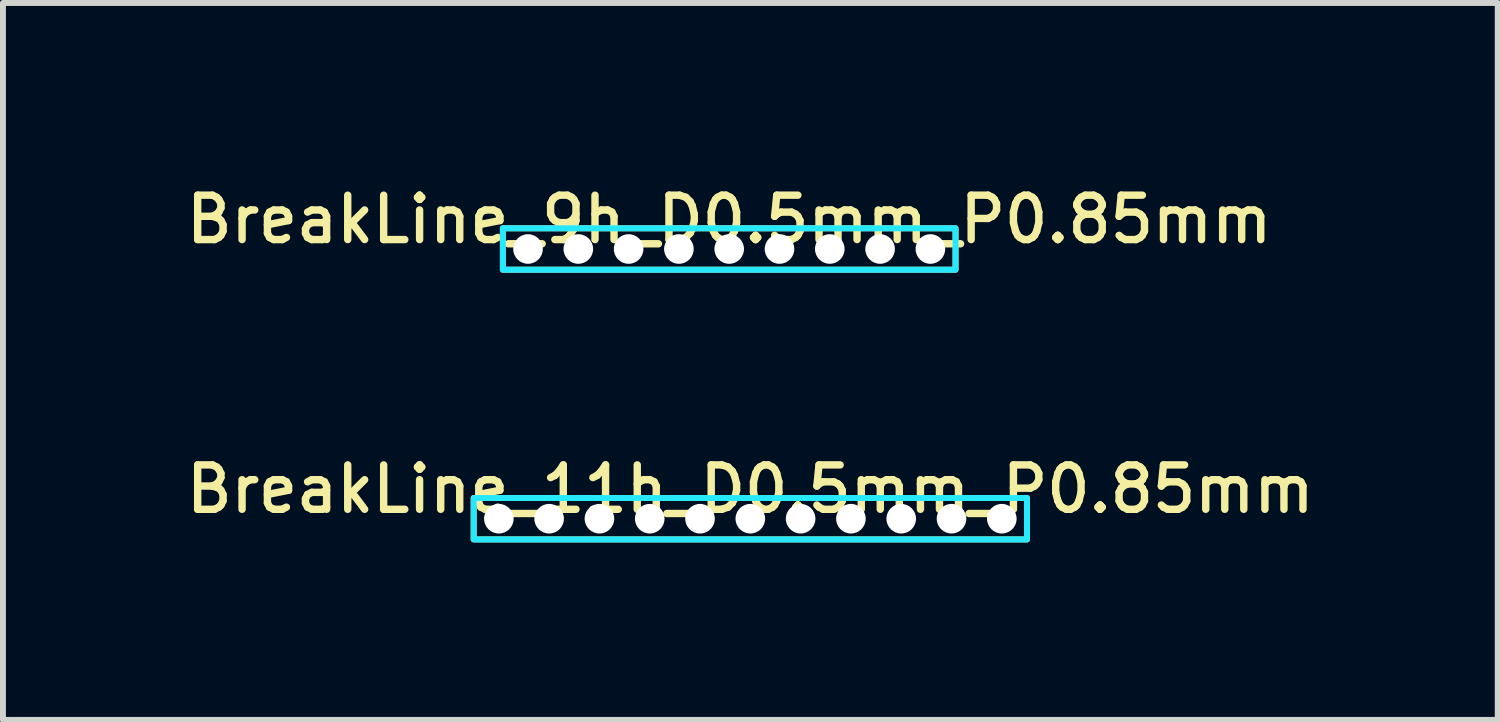
<source format=kicad_pcb>
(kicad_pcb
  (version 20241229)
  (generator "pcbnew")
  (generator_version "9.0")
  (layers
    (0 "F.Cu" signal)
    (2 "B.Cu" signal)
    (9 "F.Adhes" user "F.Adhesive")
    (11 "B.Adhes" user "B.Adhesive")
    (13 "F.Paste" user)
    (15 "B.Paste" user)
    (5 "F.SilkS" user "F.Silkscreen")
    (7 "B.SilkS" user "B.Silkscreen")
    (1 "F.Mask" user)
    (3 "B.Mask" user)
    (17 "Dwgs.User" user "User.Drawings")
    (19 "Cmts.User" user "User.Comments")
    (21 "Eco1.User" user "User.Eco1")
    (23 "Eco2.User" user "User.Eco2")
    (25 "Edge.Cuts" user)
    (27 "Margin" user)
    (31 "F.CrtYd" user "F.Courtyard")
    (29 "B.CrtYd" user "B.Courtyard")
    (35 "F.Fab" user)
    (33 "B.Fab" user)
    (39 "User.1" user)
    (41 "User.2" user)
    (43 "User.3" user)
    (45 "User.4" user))
  (footprint "BreakLine_11h_D0.5mm_P0.85mm"
    (layer "F.Cu")
    (at 9.63 5.716)
    (property "Reference" "BreakLine_11h_D0.5mm_P0.85mm" (at 0 -0.5 0) (layer "F.SilkS") (effects (font (size 0.75 0.75) (thickness 0.125))))
    (attr board_only exclude_from_pos_files exclude_from_bom dnp)
    (fp_rect (start -4.675 -0.35) (end 4.675 0.35) (stroke (width 0.1) (type solid)) (fill no) (layer "F.SilkS"))
    (fp_rect (start -4.675 -0.35) (end 4.675 0.35) (stroke (width 0.1) (type solid)) (fill no) (layer "B.CrtYd"))
    (pad "" np_thru_hole circle (at -4.25 0) (size 0.5 0.5) (drill 0.5) (layers "*.Cu" "*.Mask"))
    (pad "" np_thru_hole circle (at -3.4 0) (size 0.5 0.5) (drill 0.5) (layers "*.Cu" "*.Mask"))
    (pad "" np_thru_hole circle (at -2.55 0) (size 0.5 0.5) (drill 0.5) (layers "*.Cu" "*.Mask"))
    (pad "" np_thru_hole circle (at -1.7 0) (size 0.5 0.5) (drill 0.5) (layers "*.Cu" "*.Mask"))
    (pad "" np_thru_hole circle (at -0.85 0) (size 0.5 0.5) (drill 0.5) (layers "*.Cu" "*.Mask"))
    (pad "" np_thru_hole circle (at 0 0) (size 0.5 0.5) (drill 0.5) (layers "*.Cu" "*.Mask"))
    (pad "" np_thru_hole circle (at 0.85 0) (size 0.5 0.5) (drill 0.5) (layers "*.Cu" "*.Mask"))
    (pad "" np_thru_hole circle (at 1.7 0) (size 0.5 0.5) (drill 0.5) (layers "*.Cu" "*.Mask"))
    (pad "" np_thru_hole circle (at 2.55 0) (size 0.5 0.5) (drill 0.5) (layers "*.Cu" "*.Mask"))
    (pad "" np_thru_hole circle (at 3.4 0) (size 0.5 0.5) (drill 0.5) (layers "*.Cu" "*.Mask"))
    (pad "" np_thru_hole circle (at 4.25 0) (size 0.5 0.5) (drill 0.5) (layers "*.Cu" "*.Mask")))
  (footprint "BreakLine_9h_D0.5mm_P0.85mm"
    (layer "F.Cu")
    (at 9.273 1.158)
    (property "Reference" "BreakLine_9h_D0.5mm_P0.85mm" (at 0 -0.5 0) (layer "F.SilkS") (effects (font (size 0.75 0.75) (thickness 0.125))))
    (attr board_only exclude_from_pos_files exclude_from_bom dnp)
    (fp_rect (start -3.825 -0.35) (end 3.825 0.35) (stroke (width 0.1) (type solid)) (fill no) (layer "F.SilkS"))
    (fp_rect (start -3.825 -0.35) (end 3.825 0.35) (stroke (width 0.1) (type solid)) (fill no) (layer "B.CrtYd"))
    (pad "" np_thru_hole circle (at -3.4 0) (size 0.5 0.5) (drill 0.5) (layers "*.Cu" "*.Mask"))
    (pad "" np_thru_hole circle (at -2.55 0) (size 0.5 0.5) (drill 0.5) (layers "*.Cu" "*.Mask"))
    (pad "" np_thru_hole circle (at -1.7 0) (size 0.5 0.5) (drill 0.5) (layers "*.Cu" "*.Mask"))
    (pad "" np_thru_hole circle (at -0.85 0) (size 0.5 0.5) (drill 0.5) (layers "*.Cu" "*.Mask"))
    (pad "" np_thru_hole circle (at 0 0) (size 0.5 0.5) (drill 0.5) (layers "*.Cu" "*.Mask"))
    (pad "" np_thru_hole circle (at 0.85 0) (size 0.5 0.5) (drill 0.5) (layers "*.Cu" "*.Mask"))
    (pad "" np_thru_hole circle (at 1.7 0) (size 0.5 0.5) (drill 0.5) (layers "*.Cu" "*.Mask"))
    (pad "" np_thru_hole circle (at 2.55 0) (size 0.5 0.5) (drill 0.5) (layers "*.Cu" "*.Mask"))
    (pad "" np_thru_hole circle (at 3.4 0) (size 0.5 0.5) (drill 0.5) (layers "*.Cu" "*.Mask")))
  (gr_rect
    (start -3 -3)
    (end 22.261 9.116)
    (stroke (width 0.1) (type default))
    (fill no)
    (layer "Edge.Cuts")))
</source>
